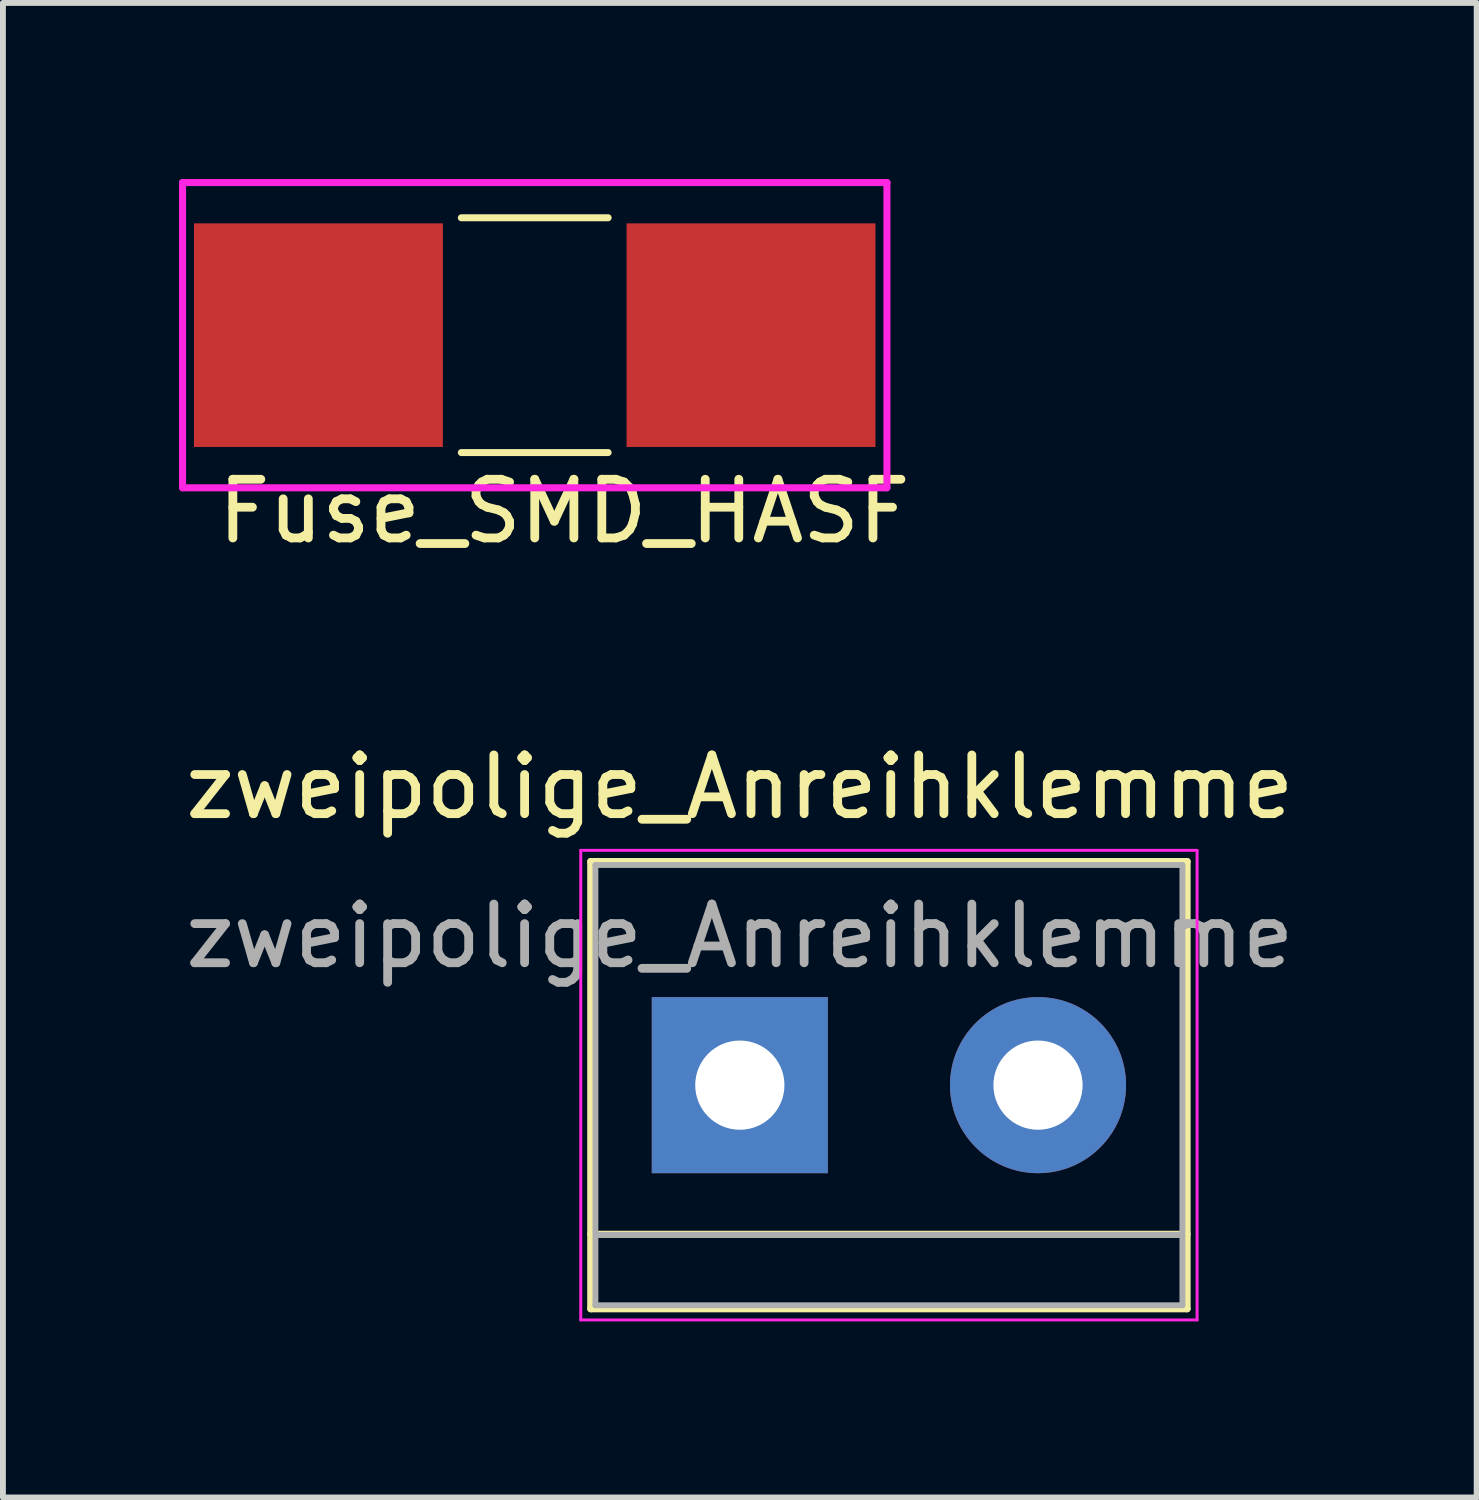
<source format=kicad_pcb>
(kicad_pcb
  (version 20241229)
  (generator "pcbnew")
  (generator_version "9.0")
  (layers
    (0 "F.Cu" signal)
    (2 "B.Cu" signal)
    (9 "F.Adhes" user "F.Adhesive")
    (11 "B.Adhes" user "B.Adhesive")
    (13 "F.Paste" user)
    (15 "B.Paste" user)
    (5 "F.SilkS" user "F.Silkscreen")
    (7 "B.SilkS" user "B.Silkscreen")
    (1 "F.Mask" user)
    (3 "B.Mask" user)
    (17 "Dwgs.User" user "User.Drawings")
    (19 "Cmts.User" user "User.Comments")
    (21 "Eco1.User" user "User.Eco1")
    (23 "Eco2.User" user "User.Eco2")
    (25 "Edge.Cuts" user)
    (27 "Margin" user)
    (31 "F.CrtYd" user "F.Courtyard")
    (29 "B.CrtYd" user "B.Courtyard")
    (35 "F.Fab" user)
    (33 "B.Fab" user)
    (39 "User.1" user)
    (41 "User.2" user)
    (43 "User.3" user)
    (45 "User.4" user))
  (footprint "zweipolige_Anreihklemme"
    (layer "F.Cu")
    (at 9.554 15.437)
    (property "Reference" "zweipolige_Anreihklemme" (at 0 -5.08 0) (layer "F.SilkS") (effects (font (size 1 1) (thickness 0.15))))
    (attr through_hole)
    (fp_line (start -2.54 -3.81) (end -2.54 3.81) (stroke (width 0.12) (type solid)) (layer "F.SilkS"))
    (fp_line (start -2.54 3.81) (end 7.62 3.81) (stroke (width 0.12) (type solid)) (layer "F.SilkS"))
    (fp_line (start 7.62 -3.81) (end -2.54 -3.81) (stroke (width 0.12) (type solid)) (layer "F.SilkS"))
    (fp_line (start 7.62 2.54) (end -2.54 2.54) (stroke (width 0.12) (type solid)) (layer "F.SilkS"))
    (fp_line (start 7.62 3.81) (end 7.62 -3.81) (stroke (width 0.12) (type solid)) (layer "F.SilkS"))
    (fp_line (start -2.71 -4) (end -2.71 4) (stroke (width 0.05) (type solid)) (layer "F.CrtYd"))
    (fp_line (start -2.71 -4) (end 7.79 -4) (stroke (width 0.05) (type solid)) (layer "F.CrtYd"))
    (fp_line (start 7.79 4) (end -2.71 4) (stroke (width 0.05) (type solid)) (layer "F.CrtYd"))
    (fp_line (start 7.79 4) (end 7.79 -4) (stroke (width 0.05) (type solid)) (layer "F.CrtYd"))
    (fp_line (start -2.46 -3.75) (end -2.46 3.75) (stroke (width 0.1) (type solid)) (layer "F.Fab"))
    (fp_line (start -2.46 3.75) (end 7.54 3.75) (stroke (width 0.1) (type solid)) (layer "F.Fab"))
    (fp_line (start -2.41 2.55) (end 7.49 2.55) (stroke (width 0.1) (type solid)) (layer "F.Fab"))
    (fp_line (start 7.54 -3.75) (end -2.46 -3.75) (stroke (width 0.1) (type solid)) (layer "F.Fab"))
    (fp_line (start 7.54 3.75) (end 7.54 -3.75) (stroke (width 0.1) (type solid)) (layer "F.Fab"))
    (fp_text user "${REFERENCE}" (at 0 -2.54 0) (layer "F.Fab") (effects (font (size 1 1) (thickness 0.15))))
    (pad "1" thru_hole rect (at 0 0) (size 3 3) (drill 1.52) (layers "*.Cu" "*.Mask"))
    (pad "2" thru_hole circle (at 5.08 0) (size 3 3) (drill 1.52) (layers "*.Cu" "*.Mask")))
  (footprint "Fuse_SMD_HASF"
    (layer "F.Cu")
    (at 6.06 2.66)
    (property "Reference" "Fuse_SMD_HASF" (at 0.5 3 0) (layer "F.SilkS") (effects (font (size 1 1) (thickness 0.15))))
    (attr through_hole)
    (fp_line (start -1.25 -2) (end 1.25 -2) (stroke (width 0.12) (type solid)) (layer "F.SilkS"))
    (fp_line (start -1.25 2) (end 1.25 2) (stroke (width 0.12) (type solid)) (layer "F.SilkS"))
    (fp_line (start -6 -2.6) (end 6 -2.6) (stroke (width 0.12) (type solid)) (layer "F.CrtYd"))
    (fp_line (start -6 2.6) (end -6 -2.6) (stroke (width 0.12) (type solid)) (layer "F.CrtYd"))
    (fp_line (start 6 -2.6) (end 6 2.6) (stroke (width 0.12) (type solid)) (layer "F.CrtYd"))
    (fp_line (start 6 2.6) (end -6 2.6) (stroke (width 0.12) (type solid)) (layer "F.CrtYd"))
    (pad "1" smd rect (at -3.685 0) (size 4.24 3.81) (layers "F.Cu" "F.Mask" "F.Paste"))
    (pad "2" smd rect (at 3.685 0) (size 4.24 3.81) (layers "F.Cu" "F.Mask" "F.Paste")))
  (gr_rect
    (start -3 -3)
    (end 22.107 22.462)
    (stroke (width 0.1) (type default))
    (fill no)
    (layer "Edge.Cuts")))
</source>
